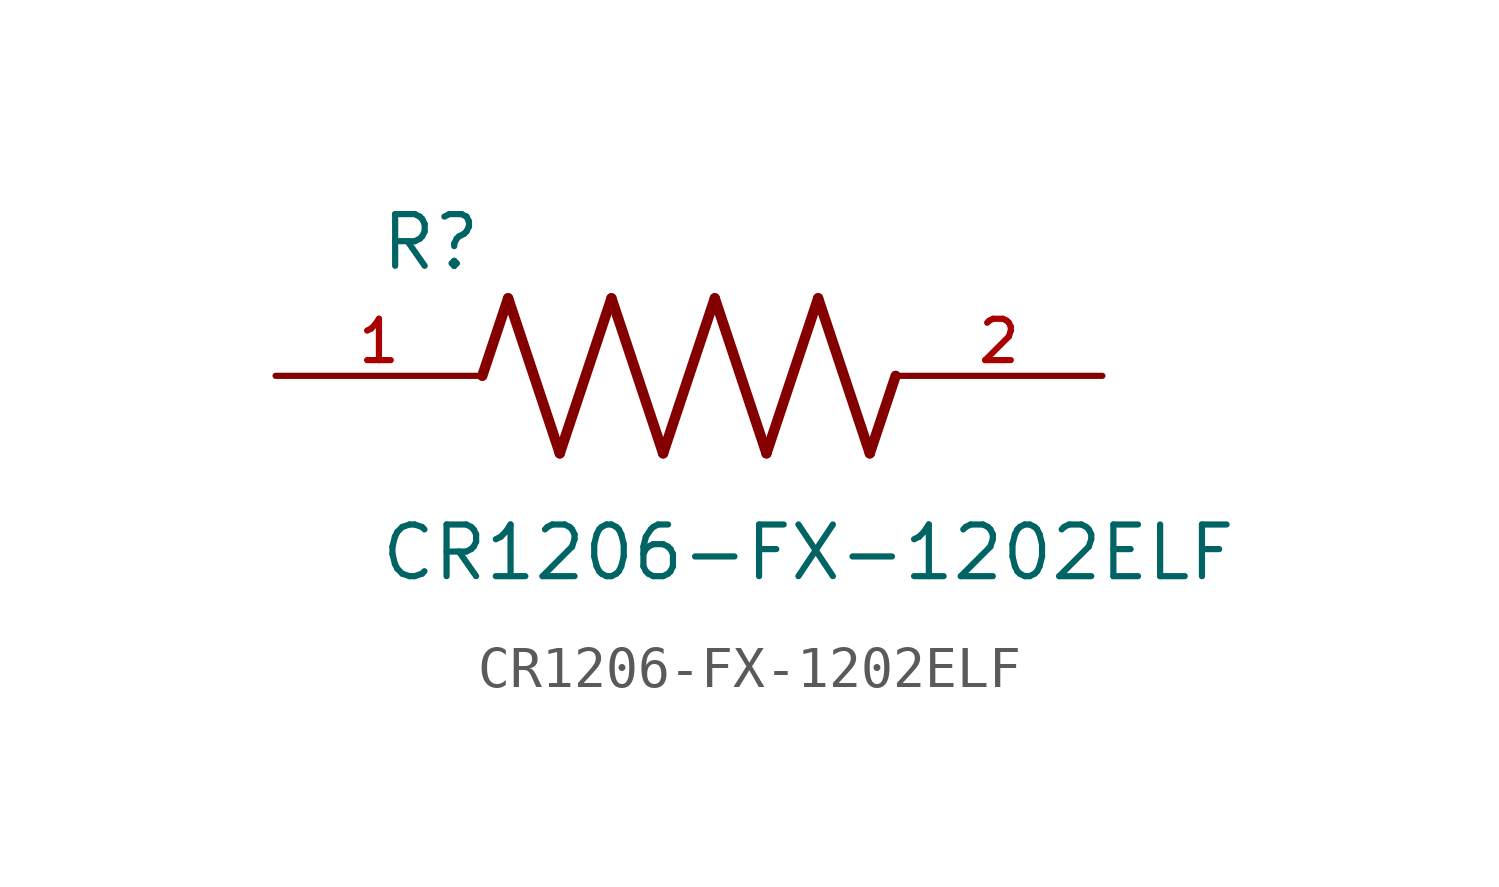
<source format=kicad_sym>
(kicad_symbol_lib
  (version 20211014)
  (generator kicad_symbol_editor)
  (symbol "CR1206-FX-1202ELF"
    (pin_names
      (offset 1.016))
    (property "Reference" "R"
      (at -7.624 2.541 0)
      (effects (font (size 1.27 1.27)) (justify bottom left)))
    (property "Value" "CR1206-FX-1202ELF"
      (at -7.63 -5.087 0)
      (effects (font (size 1.27 1.27)) (justify bottom left)))
    (symbol "CR1206-FX-1202ELF_0_0"
      (polyline (pts (xy -5.08 0.0) (xy -4.445 1.905)) (stroke (width 0.254)))
      (polyline (pts (xy -4.445 1.905) (xy -3.175 -1.905)) (stroke (width 0.254)))
      (polyline (pts (xy -3.175 -1.905) (xy -1.905 1.905)) (stroke (width 0.254)))
      (polyline (pts (xy -1.905 1.905) (xy -0.635 -1.905)) (stroke (width 0.254)))
      (polyline (pts (xy -0.635 -1.905) (xy 0.635 1.905)) (stroke (width 0.254)))
      (polyline (pts (xy 0.635 1.905) (xy 1.905 -1.905)) (stroke (width 0.254)))
      (polyline (pts (xy 1.905 -1.905) (xy 3.175 1.905)) (stroke (width 0.254)))
      (polyline (pts (xy 3.175 1.905) (xy 4.445 -1.905)) (stroke (width 0.254)))
      (polyline (pts (xy 4.445 -1.905) (xy 5.08 0.0)) (stroke (width 0.254)))
      (pin passive line (at -10.16 0.0 0) (length 5.08) (name "~" (effects (font (size 1.016 1.016)))) (number "1" (effects (font (size 1.016 1.016)))))
      (pin passive line (at 10.16 0.0 180.0) (length 5.08) (name "~" (effects (font (size 1.016 1.016)))) (number "2" (effects (font (size 1.016 1.016))))))))
</source>
